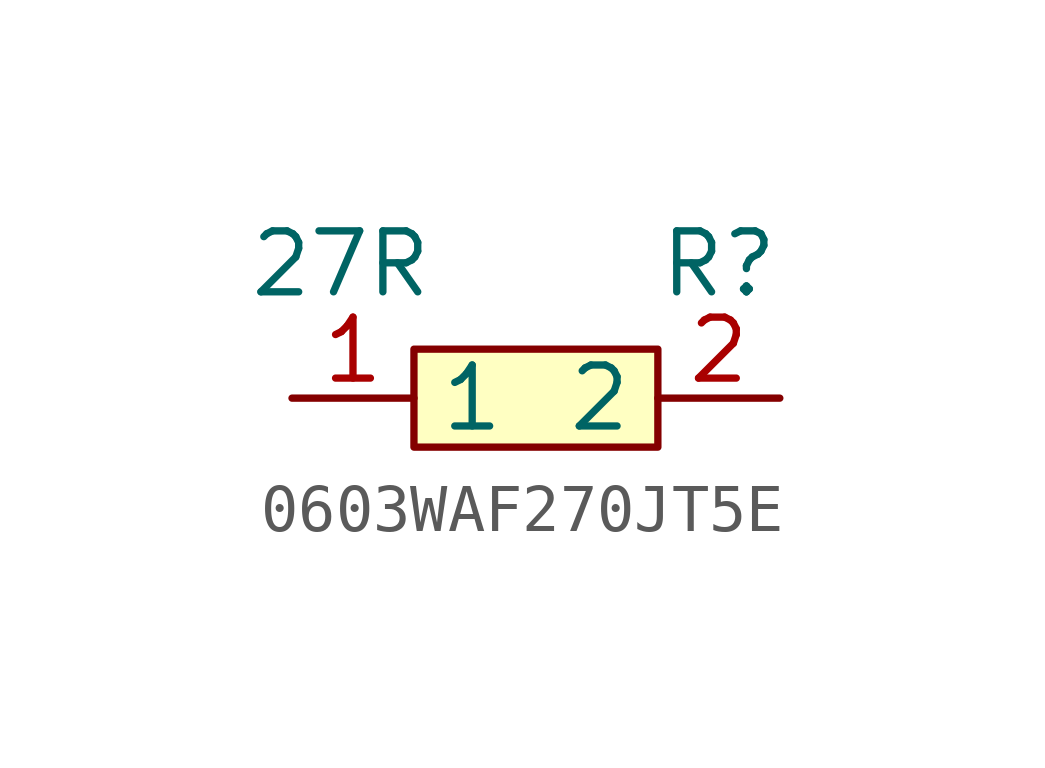
<source format=kicad_sym>
(kicad_symbol_lib
  (version 20231120)
  (generator "kicad_symbol_editor")
  (generator_version "8.0")
  (symbol "0603WAF270JT5E"
    (property "Reference" "R"
      (at 3.81 2.794 0)
      (effects (font (size 1.27 1.27))))
    (property "Value" "27R"
      (at -4.064 2.794 0)
      (effects (font (size 1.27 1.27))))
    (symbol "0603WAF270JT5E_0_1"
      (rectangle (start -2.54 1.02) (end 2.54 -1.02) (stroke (width 0) (type default)) (fill (type background)))
      (pin passive line (at -5.08 0 0) (length 2.54) (name "1" (effects (font (size 1.27 1.27)))) (number "1" (effects (font (size 1.27 1.27)))))
      (pin passive line (at 5.08 0 180) (length 2.54) (name "2" (effects (font (size 1.27 1.27)))) (number "2" (effects (font (size 1.27 1.27))))))))
</source>
